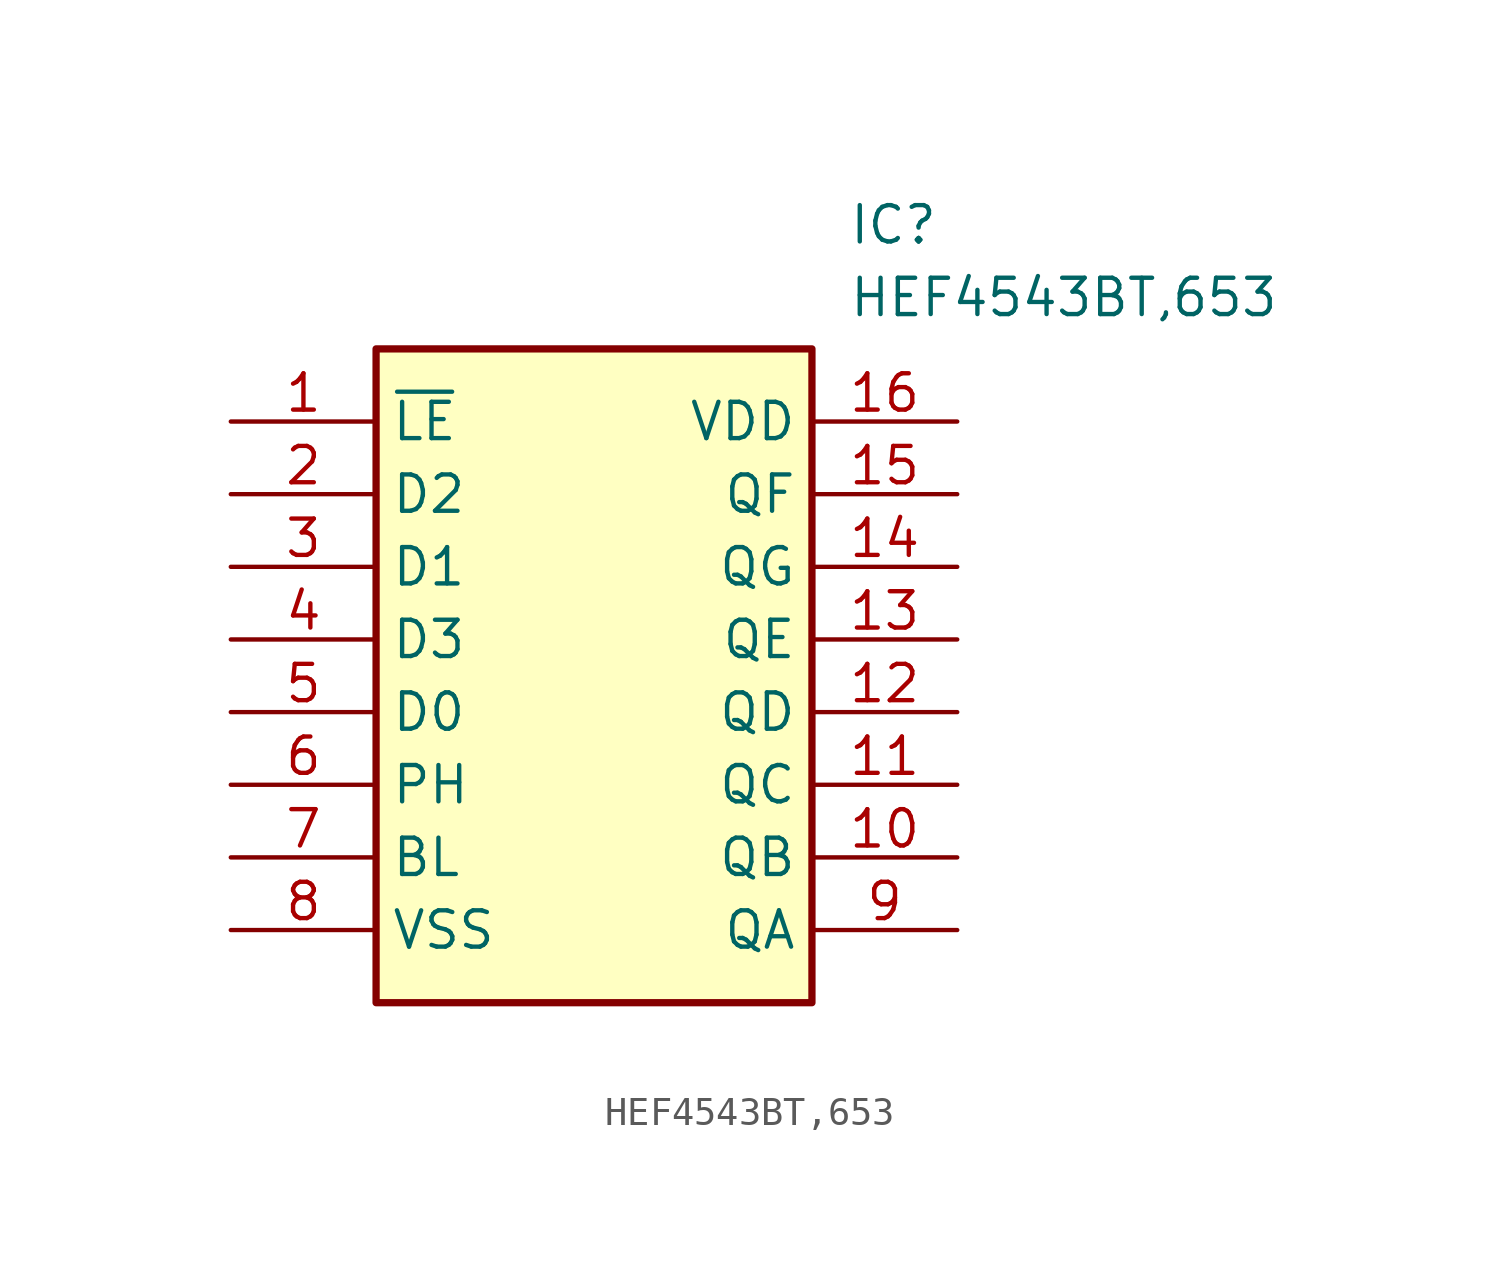
<source format=kicad_sym>
(kicad_symbol_lib
  (version 20211014)
  (generator SamacSys_ECAD_Model)
  (symbol "HEF4543BT,653"
    (property "Reference" "IC"
      (at 21.59 7.62 0)
      (effects (font (size 1.27 1.27)) (justify left top)))
    (property "Value" "HEF4543BT,653"
      (at 21.59 5.08 0)
      (effects (font (size 1.27 1.27)) (justify left top)))
    (rectangle
      (start 5.08 2.54)
      (end 20.32 -20.32)
      (stroke (width 0.254) (type default))
      (fill (type background)))
    (pin passive line
      (at 0 0 0)
      (length 5.08)
      (name "~{LE}" (effects (font (size 1.27 1.27))))
      (number "1" (effects (font (size 1.27 1.27)))))
    (pin passive line
      (at 0 -2.54 0)
      (length 5.08)
      (name "D2" (effects (font (size 1.27 1.27))))
      (number "2" (effects (font (size 1.27 1.27)))))
    (pin passive line
      (at 0 -5.08 0)
      (length 5.08)
      (name "D1" (effects (font (size 1.27 1.27))))
      (number "3" (effects (font (size 1.27 1.27)))))
    (pin passive line
      (at 0 -7.62 0)
      (length 5.08)
      (name "D3" (effects (font (size 1.27 1.27))))
      (number "4" (effects (font (size 1.27 1.27)))))
    (pin passive line
      (at 0 -10.16 0)
      (length 5.08)
      (name "D0" (effects (font (size 1.27 1.27))))
      (number "5" (effects (font (size 1.27 1.27)))))
    (pin passive line
      (at 0 -12.7 0)
      (length 5.08)
      (name "PH" (effects (font (size 1.27 1.27))))
      (number "6" (effects (font (size 1.27 1.27)))))
    (pin passive line
      (at 0 -15.24 0)
      (length 5.08)
      (name "BL" (effects (font (size 1.27 1.27))))
      (number "7" (effects (font (size 1.27 1.27)))))
    (pin passive line
      (at 0 -17.78 0)
      (length 5.08)
      (name "VSS" (effects (font (size 1.27 1.27))))
      (number "8" (effects (font (size 1.27 1.27)))))
    (pin passive line
      (at 25.4 -17.78 180)
      (length 5.08)
      (name "QA" (effects (font (size 1.27 1.27))))
      (number "9" (effects (font (size 1.27 1.27)))))
    (pin passive line
      (at 25.4 -15.24 180)
      (length 5.08)
      (name "QB" (effects (font (size 1.27 1.27))))
      (number "10" (effects (font (size 1.27 1.27)))))
    (pin passive line
      (at 25.4 -12.7 180)
      (length 5.08)
      (name "QC" (effects (font (size 1.27 1.27))))
      (number "11" (effects (font (size 1.27 1.27)))))
    (pin passive line
      (at 25.4 -10.16 180)
      (length 5.08)
      (name "QD" (effects (font (size 1.27 1.27))))
      (number "12" (effects (font (size 1.27 1.27)))))
    (pin passive line
      (at 25.4 -7.62 180)
      (length 5.08)
      (name "QE" (effects (font (size 1.27 1.27))))
      (number "13" (effects (font (size 1.27 1.27)))))
    (pin passive line
      (at 25.4 -5.08 180)
      (length 5.08)
      (name "QG" (effects (font (size 1.27 1.27))))
      (number "14" (effects (font (size 1.27 1.27)))))
    (pin passive line
      (at 25.4 -2.54 180)
      (length 5.08)
      (name "QF" (effects (font (size 1.27 1.27))))
      (number "15" (effects (font (size 1.27 1.27)))))
    (pin passive line
      (at 25.4 0 180)
      (length 5.08)
      (name "VDD" (effects (font (size 1.27 1.27))))
      (number "16" (effects (font (size 1.27 1.27)))))))
</source>
